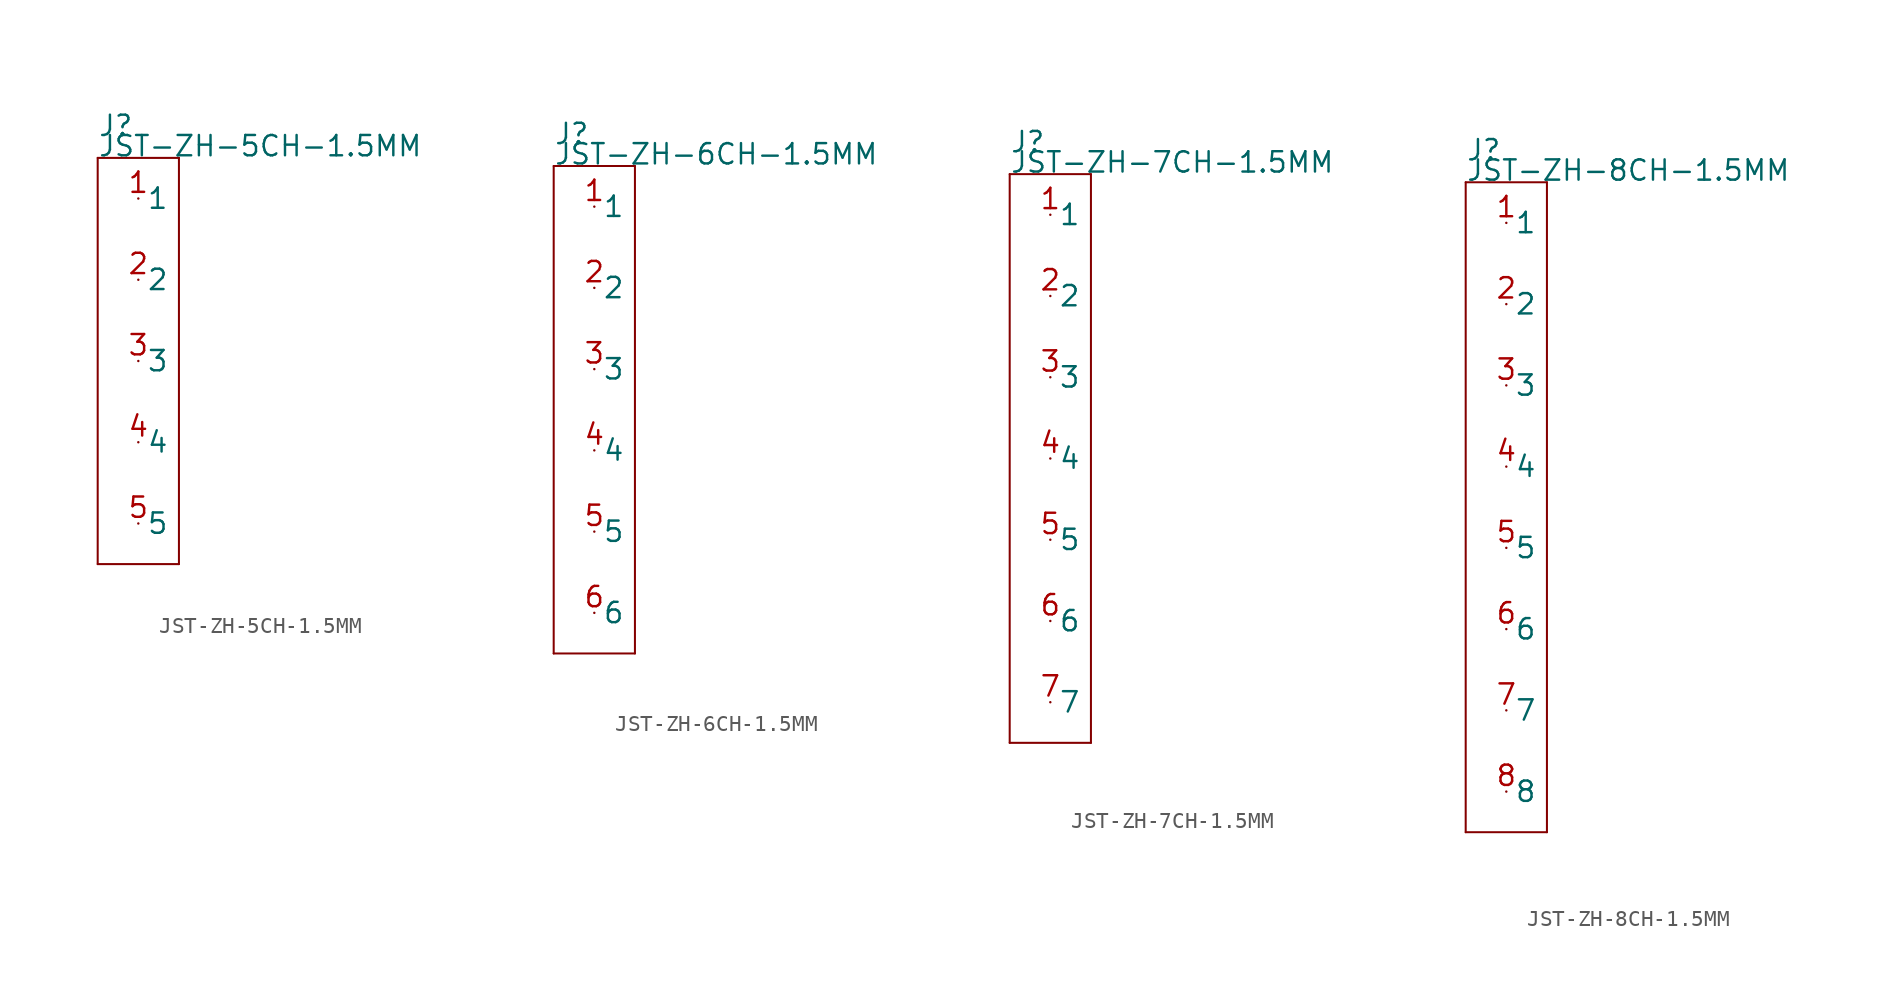
<source format=kicad_sym>
(kicad_symbol_lib
  (version 20211014)
  (generator kicad_symbol_editor)
  (symbol "JST-ZH-5CH-1.5MM"
    (pin_names)
    (property "Reference" "J"
      (at -2.54 13.97 0)
      (effects (font (size 1.27 1.27)) (justify left bottom)))
    (property "Value" "JST-ZH-5CH-1.5MM"
      (at -2.54 12.7 0)
      (effects (font (size 1.27 1.27)) (justify left bottom)))
    (property "Datasheet" ""
      (at 0 0 0))
    (property "ki_description" " JST 1x5  -  SMT and THT JST 5POS 1.5MM Technical Specifications: Pitch: 1.5mm "
      (at 0 0 0))
    (property "ki_fp_filters" "FlashPCB_Connectors:JST-S5B-ZR-SM2-TF-ZH-SMT-RA-5CH-1.5MM FlashPCB_Connectors:JST-S5B-ZR-SM2-TF-ZH-SMT-RA-5CH-1.5MM-NOSILK FlashPCB_Connectors:JST-B5B-ZR-SM4-TF-ZH-SMT-VERT-5CH-1.5MM FlashPCB_Connectors:JST-B5B-ZR-SM4-TF-ZH-SMT-VERT-5CH-1.5MM-NOSILK FlashPCB_Connectors:JST-S5B-ZR-SM4A-TF-ZH-SMT-RA-5CH-1.5MM FlashPCB_Connectors:JST-S5B-ZR-SM4A-TF-ZH-SMT-RA-5CH-1.5MM-NOSILK FlashPCB_Connectors:JST-B5B-ZR-ZH-THT-VERT-5CH-1.5MM FlashPCB_Connectors:JST-B5B-ZR-ZH-THT-VERT-5CH-1.5MM-NOSILK FlashPCB_Connectors:JST-S5B-ZR-ZH-THT-RA-5CH-1.5MM FlashPCB_Connectors:JST-S5B-ZR-ZH-THT-RA-5CH-1.5MM-NOSILK FlashPCB_Connectors:JST-B5B-ZR-ZH-THT-VERT-5CH-1.5MM-LONG FlashPCB_Connectors:JST-B5B-ZR-ZH-THT-VERT-5CH-1.5MM-LONG-NOSILK FlashPCB_Connectors:JST-S5B-ZR-ZH-THT-RA-5CH-1.5MM-LONG FlashPCB_Connectors:JST-S5B-ZR-ZH-THT-RA-5CH-1.5MM-LONG-NOSILK"
      (at 0 0 0))
    (symbol "JST-ZH-5CH-1.5MM_1_1"
      (polyline (pts (xy -2.54 12.7) (xy 2.54 12.7)) (stroke (width 0.127)) (fill (type none)))
      (polyline (pts (xy 2.54 12.7) (xy 2.54 -12.7)) (stroke (width 0.127)) (fill (type none)))
      (polyline (pts (xy 2.54 -12.7) (xy -2.54 -12.7)) (stroke (width 0.127)) (fill (type none)))
      (polyline (pts (xy -2.54 -12.7) (xy -2.54 12.7)) (stroke (width 0.127)) (fill (type none)))
      (pin bidirectional line (at 0 10.16 0) (length 0) (name "1" (effects (font (size 1.27 1.27)))) (number "1" (effects (font (size 1.27 1.27)))))
      (pin bidirectional line (at 0 5.08 0) (length 0) (name "2" (effects (font (size 1.27 1.27)))) (number "2" (effects (font (size 1.27 1.27)))))
      (pin bidirectional line (at 0 0 0) (length 0) (name "3" (effects (font (size 1.27 1.27)))) (number "3" (effects (font (size 1.27 1.27)))))
      (pin bidirectional line (at 0 -5.08 0) (length 0) (name "4" (effects (font (size 1.27 1.27)))) (number "4" (effects (font (size 1.27 1.27)))))
      (pin bidirectional line (at 0 -10.16 0) (length 0) (name "5" (effects (font (size 1.27 1.27)))) (number "5" (effects (font (size 1.27 1.27)))))))
  (symbol "JST-ZH-6CH-1.5MM"
    (pin_names)
    (property "Reference" "J"
      (at -2.54 16.51 0)
      (effects (font (size 1.27 1.27)) (justify left bottom)))
    (property "Value" "JST-ZH-6CH-1.5MM"
      (at -2.54 15.24 0)
      (effects (font (size 1.27 1.27)) (justify left bottom)))
    (property "Datasheet" ""
      (at 0 0 0))
    (property "ki_description" " JST 1x6  -  SMT and THT JST 6POS 1.5MM Technical Specifications: Pitch: 1.5mm "
      (at 0 0 0))
    (property "ki_fp_filters" "FlashPCB_Connectors:JST-S6B-ZR-SM2-TF-ZH-SMT-RA-6CH-1.5MM FlashPCB_Connectors:JST-S6B-ZR-SM2-TF-ZH-SMT-RA-6CH-1.5MM-NOSILK FlashPCB_Connectors:JST-B6B-ZR-SM4-TF-ZH-SMT-VERT-6CH-1.5MM FlashPCB_Connectors:JST-B6B-ZR-SM4-TF-ZH-SMT-VERT-6CH-1.5MM-NOSILK FlashPCB_Connectors:JST-S6B-ZR-SM4A-TF-ZH-SMT-RA-6CH-1.5MM FlashPCB_Connectors:JST-S6B-ZR-SM4A-TF-ZH-SMT-RA-6CH-1.5MM-NOSILK FlashPCB_Connectors:JST-B6B-ZR-ZH-THT-VERT-6CH-1.5MM FlashPCB_Connectors:JST-B6B-ZR-ZH-THT-VERT-6CH-1.5MM-NOSILK FlashPCB_Connectors:JST-S6B-ZR-ZH-THT-RA-6CH-1.5MM FlashPCB_Connectors:JST-S6B-ZR-ZH-THT-RA-6CH-1.5MM-NOSILK FlashPCB_Connectors:JST-B6B-ZR-ZH-THT-VERT-6CH-1.5MM-LONG FlashPCB_Connectors:JST-B6B-ZR-ZH-THT-VERT-6CH-1.5MM-LONG-NOSILK FlashPCB_Connectors:JST-S6B-ZR-ZH-THT-RA-6CH-1.5MM-LONG FlashPCB_Connectors:JST-S6B-ZR-ZH-THT-RA-6CH-1.5MM-LONG-NOSILK"
      (at 0 0 0))
    (symbol "JST-ZH-6CH-1.5MM_1_1"
      (polyline (pts (xy -2.54 15.24) (xy 2.54 15.24)) (stroke (width 0.127)) (fill (type none)))
      (polyline (pts (xy 2.54 15.24) (xy 2.54 -15.24)) (stroke (width 0.127)) (fill (type none)))
      (polyline (pts (xy 2.54 -15.24) (xy -2.54 -15.24)) (stroke (width 0.127)) (fill (type none)))
      (polyline (pts (xy -2.54 -15.24) (xy -2.54 15.24)) (stroke (width 0.127)) (fill (type none)))
      (pin bidirectional line (at 0 12.7 0) (length 0) (name "1" (effects (font (size 1.27 1.27)))) (number "1" (effects (font (size 1.27 1.27)))))
      (pin bidirectional line (at 0 7.62 0) (length 0) (name "2" (effects (font (size 1.27 1.27)))) (number "2" (effects (font (size 1.27 1.27)))))
      (pin bidirectional line (at 0 2.54 0) (length 0) (name "3" (effects (font (size 1.27 1.27)))) (number "3" (effects (font (size 1.27 1.27)))))
      (pin bidirectional line (at 0 -2.54 0) (length 0) (name "4" (effects (font (size 1.27 1.27)))) (number "4" (effects (font (size 1.27 1.27)))))
      (pin bidirectional line (at 0 -7.62 0) (length 0) (name "5" (effects (font (size 1.27 1.27)))) (number "5" (effects (font (size 1.27 1.27)))))
      (pin bidirectional line (at 0 -12.7 0) (length 0) (name "6" (effects (font (size 1.27 1.27)))) (number "6" (effects (font (size 1.27 1.27)))))))
  (symbol "JST-ZH-7CH-1.5MM"
    (pin_names)
    (property "Reference" "J"
      (at -2.54 19.05 0)
      (effects (font (size 1.27 1.27)) (justify left bottom)))
    (property "Value" "JST-ZH-7CH-1.5MM"
      (at -2.54 17.78 0)
      (effects (font (size 1.27 1.27)) (justify left bottom)))
    (property "Datasheet" ""
      (at 0 0 0))
    (property "ki_description" " JST 1x7  -  SMT and THT JST 7POS 1.5MM Technical Specifications: Pitch: 1.5mm "
      (at 0 0 0))
    (property "ki_fp_filters" "FlashPCB_Connectors:JST-S7B-ZR-SM2-TF-ZH-SMT-RA-7CH-1.5MM FlashPCB_Connectors:JST-S7B-ZR-SM2-TF-ZH-SMT-RA-7CH-1.5MM-NOSILK FlashPCB_Connectors:JST-B7B-ZR-SM4-TF-ZH-SMT-VERT-7CH-1.5MM FlashPCB_Connectors:JST-B7B-ZR-SM4-TF-ZH-SMT-VERT-7CH-1.5MM-NOSILK FlashPCB_Connectors:JST-S7B-ZR-SM4A-TF-ZH-SMT-RA-7CH-1.5MM FlashPCB_Connectors:JST-S7B-ZR-SM4A-TF-ZH-SMT-RA-7CH-1.5MM-NOSILK FlashPCB_Connectors:JST-B7B-ZR-ZH-THT-VERT-7CH-1.5MM FlashPCB_Connectors:JST-B7B-ZR-ZH-THT-VERT-7CH-1.5MM-NOSILK FlashPCB_Connectors:JST-S7B-ZR-ZH-THT-RA-7CH-1.5MM FlashPCB_Connectors:JST-S7B-ZR-ZH-THT-RA-7CH-1.5MM-NOSILK FlashPCB_Connectors:JST-B7B-ZR-ZH-THT-VERT-7CH-1.5MM-LONG FlashPCB_Connectors:JST-B7B-ZR-ZH-THT-VERT-7CH-1.5MM-LONG-NOSILK FlashPCB_Connectors:JST-S7B-ZR-ZH-THT-RA-7CH-1.5MM-LONG FlashPCB_Connectors:JST-S7B-ZR-ZH-THT-RA-7CH-1.5MM-LONG-NOSILK"
      (at 0 0 0))
    (symbol "JST-ZH-7CH-1.5MM_1_1"
      (polyline (pts (xy -2.54 17.78) (xy 2.54 17.78)) (stroke (width 0.127)) (fill (type none)))
      (polyline (pts (xy 2.54 17.78) (xy 2.54 -17.78)) (stroke (width 0.127)) (fill (type none)))
      (polyline (pts (xy 2.54 -17.78) (xy -2.54 -17.78)) (stroke (width 0.127)) (fill (type none)))
      (polyline (pts (xy -2.54 -17.78) (xy -2.54 17.78)) (stroke (width 0.127)) (fill (type none)))
      (pin bidirectional line (at 0 15.24 0) (length 0) (name "1" (effects (font (size 1.27 1.27)))) (number "1" (effects (font (size 1.27 1.27)))))
      (pin bidirectional line (at 0 10.16 0) (length 0) (name "2" (effects (font (size 1.27 1.27)))) (number "2" (effects (font (size 1.27 1.27)))))
      (pin bidirectional line (at 0 5.08 0) (length 0) (name "3" (effects (font (size 1.27 1.27)))) (number "3" (effects (font (size 1.27 1.27)))))
      (pin bidirectional line (at 0 0 0) (length 0) (name "4" (effects (font (size 1.27 1.27)))) (number "4" (effects (font (size 1.27 1.27)))))
      (pin bidirectional line (at 0 -5.08 0) (length 0) (name "5" (effects (font (size 1.27 1.27)))) (number "5" (effects (font (size 1.27 1.27)))))
      (pin bidirectional line (at 0 -10.16 0) (length 0) (name "6" (effects (font (size 1.27 1.27)))) (number "6" (effects (font (size 1.27 1.27)))))
      (pin bidirectional line (at 0 -15.24 0) (length 0) (name "7" (effects (font (size 1.27 1.27)))) (number "7" (effects (font (size 1.27 1.27)))))))
  (symbol "JST-ZH-8CH-1.5MM"
    (pin_names)
    (property "Reference" "J"
      (at -2.54 21.59 0)
      (effects (font (size 1.27 1.27)) (justify left bottom)))
    (property "Value" "JST-ZH-8CH-1.5MM"
      (at -2.54 20.32 0)
      (effects (font (size 1.27 1.27)) (justify left bottom)))
    (property "Datasheet" ""
      (at 0 0 0))
    (property "ki_description" " JST 1x8  -  SMT and THT JST 8POS 1.5MM Technical Specifications: Pitch: 1.5mm "
      (at 0 0 0))
    (property "ki_fp_filters" "FlashPCB_Connectors:JST-S8B-ZR-SM2-TF-ZH-SMT-RA-8CH-1.5MM FlashPCB_Connectors:JST-S8B-ZR-SM2-TF-ZH-SMT-RA-8CH-1.5MM-NOSILK FlashPCB_Connectors:JST-B8B-ZR-SM4-TF-ZH-SMT-VERT-8CH-1.5MM FlashPCB_Connectors:JST-B8B-ZR-SM4-TF-ZH-SMT-VERT-8CH-1.5MM-NOSILK FlashPCB_Connectors:JST-S8B-ZR-SM4A-TF-ZH-SMT-RA-8CH-1.5MM FlashPCB_Connectors:JST-S8B-ZR-SM4A-TF-ZH-SMT-RA-8CH-1.5MM-NOSILK FlashPCB_Connectors:JST-B8B-ZR-ZH-THT-VERT-8CH-1.5MM FlashPCB_Connectors:JST-B8B-ZR-ZH-THT-VERT-8CH-1.5MM-NOSILK FlashPCB_Connectors:JST-S8B-ZR-ZH-THT-RA-8CH-1.5MM FlashPCB_Connectors:JST-S8B-ZR-ZH-THT-RA-8CH-1.5MM-NOSILK FlashPCB_Connectors:JST-B8B-ZR-ZH-THT-VERT-8CH-1.5MM-LONG FlashPCB_Connectors:JST-B8B-ZR-ZH-THT-VERT-8CH-1.5MM-LONG-NOSILK FlashPCB_Connectors:JST-S8B-ZR-ZH-THT-RA-8CH-1.5MM-LONG FlashPCB_Connectors:JST-S8B-ZR-ZH-THT-RA-8CH-1.5MM-LONG-NOSILK"
      (at 0 0 0))
    (symbol "JST-ZH-8CH-1.5MM_1_1"
      (polyline (pts (xy -2.54 20.32) (xy 2.54 20.32)) (stroke (width 0.127)) (fill (type none)))
      (polyline (pts (xy 2.54 20.32) (xy 2.54 -20.32)) (stroke (width 0.127)) (fill (type none)))
      (polyline (pts (xy 2.54 -20.32) (xy -2.54 -20.32)) (stroke (width 0.127)) (fill (type none)))
      (polyline (pts (xy -2.54 -20.32) (xy -2.54 20.32)) (stroke (width 0.127)) (fill (type none)))
      (pin bidirectional line (at 0 17.78 0) (length 0) (name "1" (effects (font (size 1.27 1.27)))) (number "1" (effects (font (size 1.27 1.27)))))
      (pin bidirectional line (at 0 12.7 0) (length 0) (name "2" (effects (font (size 1.27 1.27)))) (number "2" (effects (font (size 1.27 1.27)))))
      (pin bidirectional line (at 0 7.62 0) (length 0) (name "3" (effects (font (size 1.27 1.27)))) (number "3" (effects (font (size 1.27 1.27)))))
      (pin bidirectional line (at 0 2.54 0) (length 0) (name "4" (effects (font (size 1.27 1.27)))) (number "4" (effects (font (size 1.27 1.27)))))
      (pin bidirectional line (at 0 -2.54 0) (length 0) (name "5" (effects (font (size 1.27 1.27)))) (number "5" (effects (font (size 1.27 1.27)))))
      (pin bidirectional line (at 0 -7.62 0) (length 0) (name "6" (effects (font (size 1.27 1.27)))) (number "6" (effects (font (size 1.27 1.27)))))
      (pin bidirectional line (at 0 -12.7 0) (length 0) (name "7" (effects (font (size 1.27 1.27)))) (number "7" (effects (font (size 1.27 1.27)))))
      (pin bidirectional line (at 0 -17.78 0) (length 0) (name "8" (effects (font (size 1.27 1.27)))) (number "8" (effects (font (size 1.27 1.27))))))))
</source>
